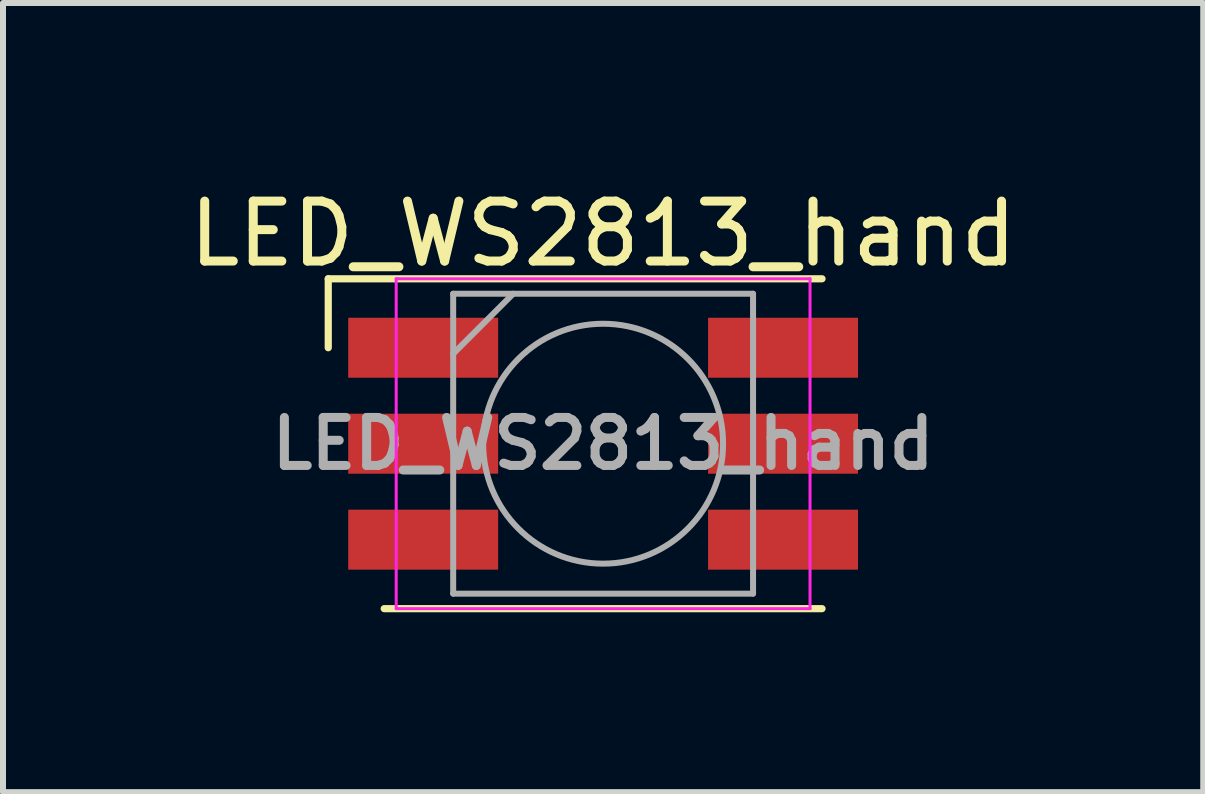
<source format=kicad_pcb>
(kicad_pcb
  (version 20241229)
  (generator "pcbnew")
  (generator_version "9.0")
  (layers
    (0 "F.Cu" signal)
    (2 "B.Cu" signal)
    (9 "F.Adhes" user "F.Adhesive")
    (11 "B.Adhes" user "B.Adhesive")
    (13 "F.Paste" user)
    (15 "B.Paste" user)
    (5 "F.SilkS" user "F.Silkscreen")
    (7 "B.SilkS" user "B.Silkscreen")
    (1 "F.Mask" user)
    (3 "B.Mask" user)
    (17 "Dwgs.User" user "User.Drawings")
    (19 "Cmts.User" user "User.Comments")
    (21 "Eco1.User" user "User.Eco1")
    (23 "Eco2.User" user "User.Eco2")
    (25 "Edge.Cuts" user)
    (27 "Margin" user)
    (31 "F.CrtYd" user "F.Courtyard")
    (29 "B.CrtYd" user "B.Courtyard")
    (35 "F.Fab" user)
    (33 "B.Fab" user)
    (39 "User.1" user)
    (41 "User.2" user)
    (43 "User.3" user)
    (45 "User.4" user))
  (footprint "LED_WS2813_hand"
    (layer "F.Cu")
    (at 7.006 4.348)
    (property "Reference" "LED_WS2813_hand" (at 0 -3.5 0) (layer "F.SilkS") (effects (font (size 1 1) (thickness 0.15))))
    (attr smd)
    (fp_line (start -4.583 -2.75) (end 3.65 -2.75) (stroke (width 0.12) (type solid)) (layer "F.SilkS"))
    (fp_line (start -4.583 -1.6) (end -4.583 -2.75) (stroke (width 0.12) (type solid)) (layer "F.SilkS"))
    (fp_line (start -3.65 2.75) (end 3.65 2.75) (stroke (width 0.12) (type solid)) (layer "F.SilkS"))
    (fp_line (start -3.45 -2.75) (end -3.45 2.75) (stroke (width 0.05) (type solid)) (layer "F.CrtYd"))
    (fp_line (start -3.45 2.75) (end 3.45 2.75) (stroke (width 0.05) (type solid)) (layer "F.CrtYd"))
    (fp_line (start 3.45 -2.75) (end -3.45 -2.75) (stroke (width 0.05) (type solid)) (layer "F.CrtYd"))
    (fp_line (start 3.45 2.75) (end 3.45 -2.75) (stroke (width 0.05) (type solid)) (layer "F.CrtYd"))
    (fp_line (start -2.5 -2.5) (end 2.5 -2.5) (stroke (width 0.1) (type solid)) (layer "F.Fab"))
    (fp_line (start -2.5 -1.5) (end -1.5 -2.5) (stroke (width 0.1) (type solid)) (layer "F.Fab"))
    (fp_line (start -2.5 2.5) (end -2.5 -2.5) (stroke (width 0.1) (type solid)) (layer "F.Fab"))
    (fp_line (start 2.5 -2.5) (end 2.5 2.5) (stroke (width 0.1) (type solid)) (layer "F.Fab"))
    (fp_line (start 2.5 2.5) (end -2.5 2.5) (stroke (width 0.1) (type solid)) (layer "F.Fab"))
    (fp_circle (center 0 0) (end 0 -2) (stroke (width 0.1) (type solid)) (fill no) (layer "F.Fab"))
    (fp_text user "${REFERENCE}" (at 0 0 0) (layer "F.Fab") (effects (font (size 0.8 0.8) (thickness 0.15))))
    (pad "1" smd rect (at -3 -1.6) (size 2.5 1) (layers "F.Cu" "F.Mask" "F.Paste"))
    (pad "2" smd rect (at -3 0) (size 2.5 1) (layers "F.Cu" "F.Mask" "F.Paste"))
    (pad "3" smd rect (at -3 1.6) (size 2.5 1) (layers "F.Cu" "F.Mask" "F.Paste"))
    (pad "4" smd rect (at 3 1.6) (size 2.5 1) (layers "F.Cu" "F.Mask" "F.Paste"))
    (pad "5" smd rect (at 3 0) (size 2.5 1) (layers "F.Cu" "F.Mask" "F.Paste"))
    (pad "6" smd rect (at 3 -1.6) (size 2.5 1) (layers "F.Cu" "F.Mask" "F.Paste")))
  (gr_rect
    (start -3 -3)
    (end 17.012 10.158)
    (stroke (width 0.1) (type default))
    (fill no)
    (layer "Edge.Cuts")))
</source>
